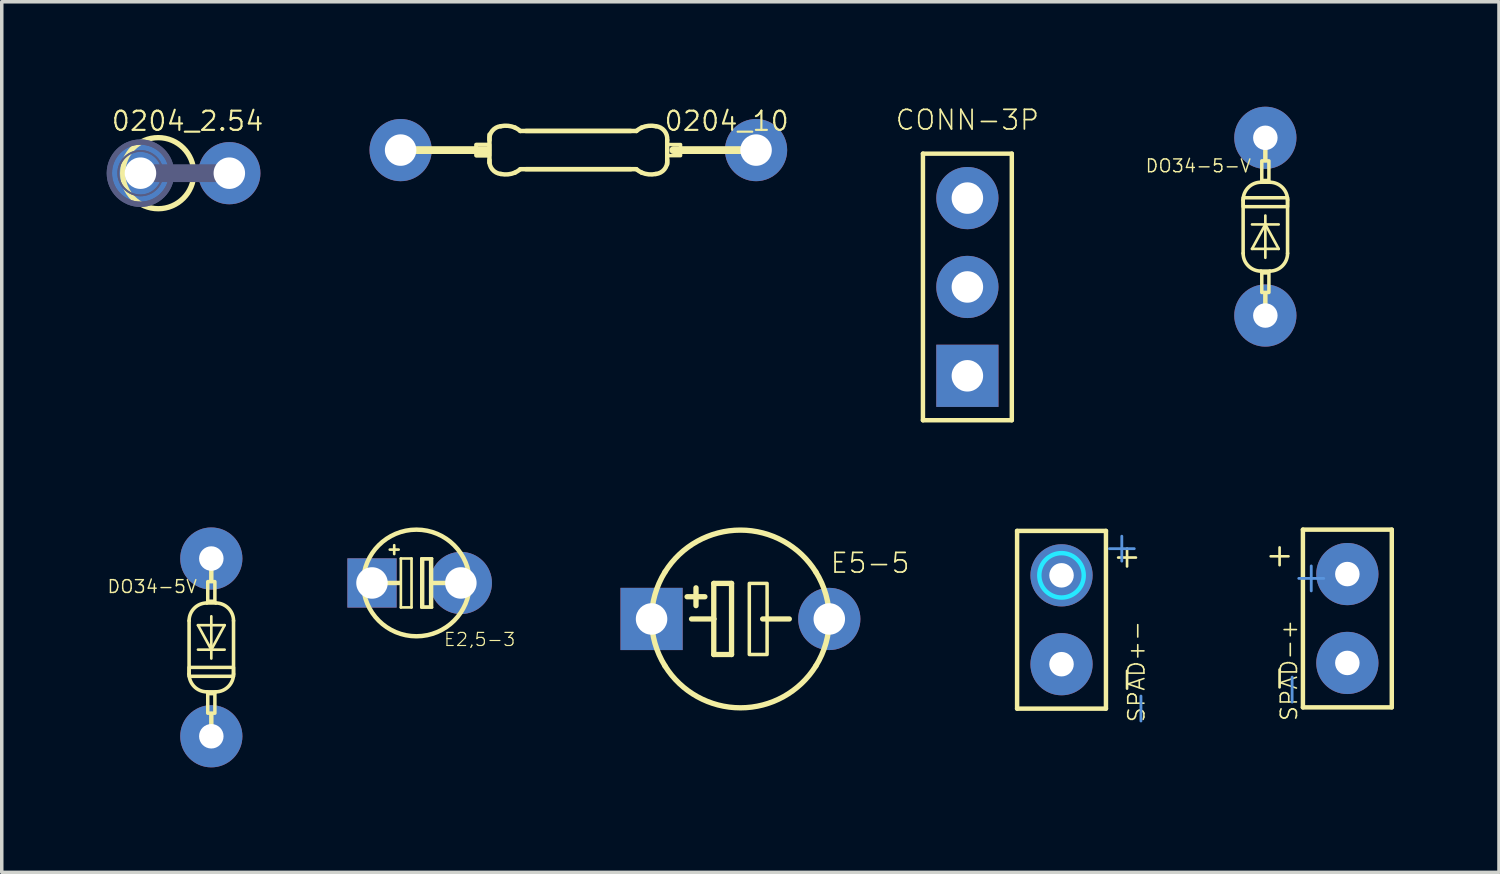
<source format=kicad_pcb>
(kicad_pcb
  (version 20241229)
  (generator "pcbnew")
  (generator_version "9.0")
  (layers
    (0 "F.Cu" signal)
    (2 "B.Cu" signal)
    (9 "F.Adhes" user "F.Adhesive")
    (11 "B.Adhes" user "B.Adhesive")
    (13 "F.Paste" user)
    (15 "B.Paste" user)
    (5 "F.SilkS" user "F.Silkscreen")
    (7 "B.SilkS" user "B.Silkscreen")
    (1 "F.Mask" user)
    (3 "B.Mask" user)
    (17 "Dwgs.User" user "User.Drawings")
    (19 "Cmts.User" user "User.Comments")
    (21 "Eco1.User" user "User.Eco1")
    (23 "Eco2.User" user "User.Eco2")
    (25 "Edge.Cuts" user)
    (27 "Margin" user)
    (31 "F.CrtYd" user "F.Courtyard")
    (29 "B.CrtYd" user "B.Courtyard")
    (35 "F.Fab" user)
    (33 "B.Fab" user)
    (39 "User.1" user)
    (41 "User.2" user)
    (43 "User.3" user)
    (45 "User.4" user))
  (footprint "DO34-5V"
    (layer "F.Cu")
    (at 2.99 15.455)
    (property "Reference" "DO34-5V" (at -0.381 -1.524 0) (layer "F.SilkS") (effects (font (size 0.366 0.366) (thickness 0.041)) (justify right bottom)))
    (fp_line (start -0.635 -0.762) (end -0.635 0.762) (stroke (width 0.102) (type solid)) (layer "F.SilkS"))
    (fp_line (start -0.381 -0.635) (end 0.381 -0.635) (stroke (width 0.076) (type solid)) (layer "F.SilkS"))
    (fp_line (start -0.381 0.064) (end 0 0.064) (stroke (width 0.076) (type solid)) (layer "F.SilkS"))
    (fp_line (start 0 -2.54) (end 0 -1.905) (stroke (width 0.127) (type solid)) (layer "F.SilkS"))
    (fp_line (start 0 0.064) (end -0.381 -0.635) (stroke (width 0.076) (type solid)) (layer "F.SilkS"))
    (fp_line (start 0 0.064) (end 0.381 0.064) (stroke (width 0.076) (type solid)) (layer "F.SilkS"))
    (fp_line (start 0 0.318) (end 0 -0.889) (stroke (width 0.076) (type solid)) (layer "F.SilkS"))
    (fp_line (start 0 2.54) (end 0 1.905) (stroke (width 0.127) (type solid)) (layer "F.SilkS"))
    (fp_line (start 0.127 -1.27) (end -0.127 -1.27) (stroke (width 0.102) (type solid)) (layer "F.SilkS"))
    (fp_line (start 0.127 1.27) (end -0.127 1.27) (stroke (width 0.102) (type solid)) (layer "F.SilkS"))
    (fp_line (start 0.381 -0.635) (end 0 0.064) (stroke (width 0.076) (type solid)) (layer "F.SilkS"))
    (fp_line (start 0.635 -0.762) (end 0.635 0.762) (stroke (width 0.102) (type solid)) (layer "F.SilkS"))
    (fp_arc (start -0.635 -0.762) (mid -0.48621 -1.121211) (end -0.126999 -1.270001) (stroke (width 0.1016) (type solid)) (layer "F.SilkS"))
    (fp_arc (start -0.127 1.27) (mid -0.48621 1.12121) (end -0.634999 0.761999) (stroke (width 0.1016) (type solid)) (layer "F.SilkS"))
    (fp_arc (start 0.126999 -1.270001) (mid 0.48621 -1.121211) (end 0.635 -0.762) (stroke (width 0.1016) (type solid)) (layer "F.SilkS"))
    (fp_arc (start 0.634999 0.761999) (mid 0.48621 1.12121) (end 0.127 1.27) (stroke (width 0.1016) (type solid)) (layer "F.SilkS"))
    (fp_poly (pts (xy -0.635 0.826) (xy 0.635 0.826) (xy 0.635 0.572) (xy -0.635 0.572)) (stroke (width 0.1) (type solid)) (fill no) (layer "F.SilkS"))
    (fp_poly (pts (xy -0.102 -1.88) (xy -0.102 -1.321) (xy 0.102 -1.321) (xy 0.102 -1.88)) (stroke (width 0.1) (type solid)) (fill no) (layer "F.SilkS"))
    (fp_poly (pts (xy 0.102 1.88) (xy 0.102 1.321) (xy -0.102 1.321) (xy -0.102 1.88)) (stroke (width 0.1) (type solid)) (fill no) (layer "F.SilkS"))
    (pad "A" thru_hole circle (at 0 -2.54) (size 1.778 1.778) (drill 0.7) (layers "*.Cu" "*.Mask"))
    (pad "C" thru_hole circle (at 0 2.54) (size 1.778 1.778) (drill 0.7) (layers "*.Cu" "*.Mask")))
  (footprint "SPAD+-"
    (layer "F.Cu")
    (at 27.292 14.665)
    (property "Reference" "SPAD+-" (at 1.873 0 90) (layer "F.SilkS") (effects (font (size 0.462 0.462) (thickness 0.046)) (justify right top)))
    (fp_line (start -1.27 -2.54) (end -1.27 2.54) (stroke (width 0.127) (type solid)) (layer "F.SilkS"))
    (fp_line (start -1.27 2.54) (end 1.27 2.54) (stroke (width 0.127) (type solid)) (layer "F.SilkS"))
    (fp_line (start 1.27 -2.54) (end -1.27 -2.54) (stroke (width 0.127) (type solid)) (layer "F.SilkS"))
    (fp_line (start 1.27 2.54) (end 1.27 -2.54) (stroke (width 0.127) (type solid)) (layer "F.SilkS"))
    (fp_line (start 1.619 -1.778) (end 2.127 -1.778) (stroke (width 0.076) (type solid)) (layer "F.SilkS"))
    (fp_line (start 1.873 -1.524) (end 1.873 -2.032) (stroke (width 0.076) (type solid)) (layer "F.SilkS"))
    (fp_line (start 1.873 1.968) (end 1.873 1.46) (stroke (width 0.076) (type solid)) (layer "F.SilkS"))
    (fp_circle (center 0 -1.27) (end 0.635 -1.27) (stroke (width 0.127) (type solid)) (fill no) (layer "B.CrtYd"))
    (fp_text user "+" (at 1.651 -2.032 90) (layer "Cmts.User") (effects (font (size 0.935 0.935) (thickness 0.081))))
    (fp_text user "-" (at 1.651 1.905 90) (layer "Cmts.User") (effects (font (size 0.935 0.935) (thickness 0.081)) (justify right top)))
    (pad "1" thru_hole circle (at 0 1.27) (size 1.778 1.778) (drill 0.7) (layers "*.Cu" "*.Mask"))
    (pad "2" thru_hole circle (at 0 -1.27) (size 1.778 1.778) (drill 0.7) (layers "*.Cu" "*.Mask")))
  (footprint "SPAD-+"
    (layer "F.Cu")
    (at 35.462 14.629)
    (property "Reference" "SPAD-+" (at -1.937 0 90) (layer "F.SilkS") (effects (font (size 0.462 0.462) (thickness 0.046)) (justify right top)))
    (fp_line (start -2.191 -1.778) (end -1.683 -1.778) (stroke (width 0.076) (type solid)) (layer "F.SilkS"))
    (fp_line (start -1.937 -1.524) (end -1.937 -2.032) (stroke (width 0.076) (type solid)) (layer "F.SilkS"))
    (fp_line (start -1.937 1.968) (end -1.937 1.46) (stroke (width 0.076) (type solid)) (layer "F.SilkS"))
    (fp_line (start -1.27 -2.54) (end -1.27 2.54) (stroke (width 0.127) (type solid)) (layer "F.SilkS"))
    (fp_line (start -1.27 2.54) (end 1.27 2.54) (stroke (width 0.127) (type solid)) (layer "F.SilkS"))
    (fp_line (start 1.27 -2.54) (end -1.27 -2.54) (stroke (width 0.127) (type solid)) (layer "F.SilkS"))
    (fp_line (start 1.27 2.54) (end 1.27 -2.54) (stroke (width 0.127) (type solid)) (layer "F.SilkS"))
    (fp_text user "-" (at -1.651 2.032 90) (layer "Cmts.User") (effects (font (size 0.935 0.935) (thickness 0.081))))
    (fp_text user "+" (at -1.651 -1.778 90) (layer "Cmts.User") (effects (font (size 0.935 0.935) (thickness 0.081)) (justify right top)))
    (pad "1" thru_hole circle (at 0 1.27) (size 1.778 1.778) (drill 0.7) (layers "*.Cu" "*.Mask"))
    (pad "2" thru_hole circle (at 0 -1.27) (size 1.778 1.778) (drill 0.7) (layers "*.Cu" "*.Mask")))
  (footprint "0204_2.54"
    (layer "F.Cu")
    (at 2.235 1.9)
    (property "Reference" "0204_2.54" (at -2.134 -1.168 0) (layer "F.SilkS") (effects (font (size 0.549 0.549) (thickness 0.061)) (justify left bottom)))
    (fp_line (start -0.762 0) (end 0.762 0) (stroke (width 0.254) (type solid)) (layer "F.SilkS"))
    (fp_circle (center -0.762 0) (end 0.254 0) (stroke (width 0.152) (type solid)) (fill no) (layer "F.SilkS"))
    (fp_line (start -1.27 0) (end 1.27 0) (stroke (width 0.508) (type solid)) (layer "B.Fab"))
    (fp_circle (center -1.27 0) (end -0.635 0) (stroke (width 0.051) (type solid)) (fill no) (layer "B.Fab"))
    (fp_circle (center -1.27 0) (end -0.635 0) (stroke (width 0.051) (type solid)) (fill no) (layer "B.Fab"))
    (fp_circle (center -1.27 0) (end -0.381 0) (stroke (width 0.152) (type solid)) (fill no) (layer "B.Fab"))
    (fp_circle (center -1.27 0) (end -0.381 0) (stroke (width 0.152) (type solid)) (fill no) (layer "B.Fab"))
    (pad "1" thru_hole circle (at 1.27 0) (size 1.778 1.778) (drill 0.9) (layers "*.Cu" "*.Mask"))
    (pad "2" thru_hole circle (at -1.27 0) (size 1.778 1.778) (drill 0.9) (layers "*.Cu" "*.Mask")))
  (footprint "DO34-5-V"
    (layer "F.Cu")
    (at 33.118 3.429)
    (property "Reference" "DO34-5-V" (at -0.381 -1.524 0) (layer "F.SilkS") (effects (font (size 0.366 0.366) (thickness 0.041)) (justify right bottom)))
    (fp_line (start -0.635 0.762) (end -0.635 -0.762) (stroke (width 0.102) (type solid)) (layer "F.SilkS"))
    (fp_line (start -0.381 0.635) (end 0 -0.064) (stroke (width 0.076) (type solid)) (layer "F.SilkS"))
    (fp_line (start -0.127 -1.27) (end 0.127 -1.27) (stroke (width 0.102) (type solid)) (layer "F.SilkS"))
    (fp_line (start -0.127 1.27) (end 0.127 1.27) (stroke (width 0.102) (type solid)) (layer "F.SilkS"))
    (fp_line (start 0 -2.54) (end 0 -1.905) (stroke (width 0.127) (type solid)) (layer "F.SilkS"))
    (fp_line (start 0 -0.318) (end 0 0.889) (stroke (width 0.076) (type solid)) (layer "F.SilkS"))
    (fp_line (start 0 -0.064) (end -0.381 -0.064) (stroke (width 0.076) (type solid)) (layer "F.SilkS"))
    (fp_line (start 0 -0.064) (end 0.381 0.635) (stroke (width 0.076) (type solid)) (layer "F.SilkS"))
    (fp_line (start 0 2.54) (end 0 1.905) (stroke (width 0.127) (type solid)) (layer "F.SilkS"))
    (fp_line (start 0.381 -0.064) (end 0 -0.064) (stroke (width 0.076) (type solid)) (layer "F.SilkS"))
    (fp_line (start 0.381 0.635) (end -0.381 0.635) (stroke (width 0.076) (type solid)) (layer "F.SilkS"))
    (fp_line (start 0.635 0.762) (end 0.635 -0.762) (stroke (width 0.102) (type solid)) (layer "F.SilkS"))
    (fp_arc (start -0.634999 -0.761999) (mid -0.48621 -1.12121) (end -0.127 -1.27) (stroke (width 0.1016) (type solid)) (layer "F.SilkS"))
    (fp_arc (start -0.126999 1.270001) (mid -0.48621 1.121211) (end -0.635 0.762) (stroke (width 0.1016) (type solid)) (layer "F.SilkS"))
    (fp_arc (start 0.127 -1.27) (mid 0.48621 -1.12121) (end 0.634999 -0.761999) (stroke (width 0.1016) (type solid)) (layer "F.SilkS"))
    (fp_arc (start 0.635 0.762) (mid 0.48621 1.121211) (end 0.126999 1.270001) (stroke (width 0.1016) (type solid)) (layer "F.SilkS"))
    (fp_poly (pts (xy -0.102 -1.88) (xy -0.102 -1.321) (xy 0.102 -1.321) (xy 0.102 -1.88)) (stroke (width 0.1) (type solid)) (fill no) (layer "F.SilkS"))
    (fp_poly (pts (xy 0.102 1.88) (xy 0.102 1.321) (xy -0.102 1.321) (xy -0.102 1.88)) (stroke (width 0.1) (type solid)) (fill no) (layer "F.SilkS"))
    (fp_poly (pts (xy 0.635 -0.826) (xy -0.635 -0.826) (xy -0.635 -0.572) (xy 0.635 -0.572)) (stroke (width 0.1) (type solid)) (fill no) (layer "F.SilkS"))
    (pad "A" thru_hole circle (at 0 2.54) (size 1.778 1.778) (drill 0.7) (layers "*.Cu" "*.Mask"))
    (pad "C" thru_hole circle (at 0 -2.54) (size 1.778 1.778) (drill 0.7) (layers "*.Cu" "*.Mask")))
  (footprint "E2,5-3"
    (layer "F.Cu")
    (at 8.853 13.613)
    (property "Reference" "E2,5-3" (at 0.762 1.397 0) (layer "F.SilkS") (effects (font (size 0.374 0.374) (thickness 0.033)) (justify left top)))
    (fp_line (start -1.016 0) (end -0.483 0) (stroke (width 0.127) (type solid)) (layer "F.SilkS"))
    (fp_line (start -0.762 -0.953) (end -0.635 -0.953) (stroke (width 0.076) (type solid)) (layer "F.SilkS"))
    (fp_line (start -0.635 -0.953) (end -0.635 -1.079) (stroke (width 0.076) (type solid)) (layer "F.SilkS"))
    (fp_line (start -0.635 -0.953) (end -0.508 -0.953) (stroke (width 0.076) (type solid)) (layer "F.SilkS"))
    (fp_line (start -0.635 -0.826) (end -0.635 -0.953) (stroke (width 0.076) (type solid)) (layer "F.SilkS"))
    (fp_line (start -0.445 -0.699) (end -0.445 0.699) (stroke (width 0.076) (type solid)) (layer "F.SilkS"))
    (fp_line (start -0.445 0.699) (end -0.14 0.699) (stroke (width 0.076) (type solid)) (layer "F.SilkS"))
    (fp_line (start -0.14 -0.699) (end -0.445 -0.699) (stroke (width 0.076) (type solid)) (layer "F.SilkS"))
    (fp_line (start -0.14 0.699) (end -0.14 -0.699) (stroke (width 0.076) (type solid)) (layer "F.SilkS"))
    (fp_line (start 0.14 -0.699) (end 0.14 0.699) (stroke (width 0.076) (type solid)) (layer "F.SilkS"))
    (fp_line (start 0.14 0.699) (end 0.445 0.699) (stroke (width 0.076) (type solid)) (layer "F.SilkS"))
    (fp_line (start 0.445 -0.699) (end 0.14 -0.699) (stroke (width 0.076) (type solid)) (layer "F.SilkS"))
    (fp_line (start 0.445 0) (end 0.445 -0.699) (stroke (width 0.076) (type solid)) (layer "F.SilkS"))
    (fp_line (start 0.445 0.699) (end 0.445 0) (stroke (width 0.076) (type solid)) (layer "F.SilkS"))
    (fp_line (start 1.016 0) (end 0.445 0) (stroke (width 0.127) (type solid)) (layer "F.SilkS"))
    (fp_circle (center 0 0) (end 1.524 0) (stroke (width 0.127) (type solid)) (fill no) (layer "F.SilkS"))
    (fp_poly (pts (xy 0.406 -0.686) (xy 0.178 -0.686) (xy 0.178 0.686) (xy 0.406 0.686)) (stroke (width 0.1) (type solid)) (fill no) (layer "F.SilkS"))
    (pad "+" thru_hole rect (at -1.27 0) (size 1.408 1.408) (drill 0.9) (layers "*.Cu" "*.Mask"))
    (pad "-" thru_hole circle (at 1.27 0) (size 1.778 1.778) (drill 0.9) (layers "*.Cu" "*.Mask")))
  (footprint "0204_10"
    (layer "F.Cu")
    (at 13.481 1.24)
    (property "Reference" "0204_10" (at 2.421 -0.508 0) (layer "F.SilkS") (effects (font (size 0.549 0.549) (thickness 0.061)) (justify left bottom)))
    (fp_line (start -4.826 0) (end -2.603 0) (stroke (width 0.222) (type solid)) (layer "F.SilkS"))
    (fp_line (start -2.54 -0.445) (end -2.54 0.365) (stroke (width 0.127) (type solid)) (layer "F.SilkS"))
    (fp_line (start -1.659 -0.546) (end 1.5 -0.546) (stroke (width 0.127) (type solid)) (layer "F.SilkS"))
    (fp_line (start -1.659 0.546) (end 1.5 0.546) (stroke (width 0.127) (type solid)) (layer "F.SilkS"))
    (fp_line (start 1.659 -0.546) (end -1.5 -0.546) (stroke (width 0.127) (type solid)) (layer "F.SilkS"))
    (fp_line (start 1.659 0.546) (end -1.5 0.546) (stroke (width 0.127) (type solid)) (layer "F.SilkS"))
    (fp_line (start 2.54 0.405) (end 2.54 -0.286) (stroke (width 0.127) (type solid)) (layer "F.SilkS"))
    (fp_line (start 4.826 0) (end 2.715 0) (stroke (width 0.222) (type solid)) (layer "F.SilkS"))
    (fp_arc (start -2.54 -0.28575) (mid -2.459476 -0.551588) (end -2.214561 -0.682625) (stroke (width 0.127) (type solid)) (layer "F.SilkS"))
    (fp_arc (start -2.214562 -0.682625) (mid -2.009102 -0.693934) (end -1.80975 -0.642937) (stroke (width 0.127) (type solid)) (layer "F.SilkS"))
    (fp_arc (start -2.214561 0.682625) (mid -2.459476 0.551588) (end -2.54 0.28575) (stroke (width 0.127) (type solid)) (layer "F.SilkS"))
    (fp_arc (start -1.80975 -0.642937) (mid -1.73117 -0.599461) (end -1.658937 -0.5461) (stroke (width 0.127) (type solid)) (layer "F.SilkS"))
    (fp_arc (start -1.80975 0.642937) (mid -2.009102 0.693934) (end -2.214562 0.682625) (stroke (width 0.127) (type solid)) (layer "F.SilkS"))
    (fp_arc (start -1.658937 0.5461) (mid -1.73117 0.599461) (end -1.80975 0.642937) (stroke (width 0.127) (type solid)) (layer "F.SilkS"))
    (fp_arc (start 1.658937 -0.5461) (mid 1.73117 -0.599461) (end 1.80975 -0.642937) (stroke (width 0.127) (type solid)) (layer "F.SilkS"))
    (fp_arc (start 1.80975 -0.642937) (mid 2.009102 -0.693934) (end 2.214562 -0.682625) (stroke (width 0.127) (type solid)) (layer "F.SilkS"))
    (fp_arc (start 1.80975 0.642937) (mid 1.73117 0.599461) (end 1.658937 0.5461) (stroke (width 0.127) (type solid)) (layer "F.SilkS"))
    (fp_arc (start 2.214561 -0.682625) (mid 2.459476 -0.551588) (end 2.54 -0.28575) (stroke (width 0.127) (type solid)) (layer "F.SilkS"))
    (fp_arc (start 2.214562 0.682625) (mid 2.009102 0.693934) (end 1.80975 0.642937) (stroke (width 0.127) (type solid)) (layer "F.SilkS"))
    (fp_arc (start 2.54 0.28575) (mid 2.459476 0.551588) (end 2.214561 0.682625) (stroke (width 0.127) (type solid)) (layer "F.SilkS"))
    (fp_poly (pts (xy -2.921 0.159) (xy -2.54 0.159) (xy -2.54 -0.159) (xy -2.921 -0.159)) (stroke (width 0.1) (type solid)) (fill no) (layer "F.SilkS"))
    (fp_poly (pts (xy -2.54 -0.159) (xy -2.921 -0.159) (xy -2.921 0.159) (xy -2.54 0.159)) (stroke (width 0.1) (type solid)) (fill no) (layer "F.SilkS"))
    (fp_poly (pts (xy 2.54 0.159) (xy 2.921 0.159) (xy 2.921 -0.159) (xy 2.54 -0.159)) (stroke (width 0.1) (type solid)) (fill no) (layer "F.SilkS"))
    (pad "1" thru_hole circle (at -5.08 0) (size 1.778 1.778) (drill 0.9) (layers "*.Cu" "*.Mask"))
    (pad "2" thru_hole circle (at 5.08 0) (size 1.778 1.778) (drill 0.9) (layers "*.Cu" "*.Mask")))
  (footprint "CONN-3P"
    (layer "F.Cu")
    (at 24.601 5.152)
    (property "Reference" "CONN-3P" (at 0 -4.445 0) (layer "F.SilkS") (effects (font (size 0.561 0.561) (thickness 0.049)) (justify bottom)))
    (fp_line (start -1.27 -3.81) (end -1.27 3.81) (stroke (width 0.127) (type solid)) (layer "F.SilkS"))
    (fp_line (start -1.27 3.81) (end 1.27 3.81) (stroke (width 0.127) (type solid)) (layer "F.SilkS"))
    (fp_line (start 1.27 -3.81) (end -1.27 -3.81) (stroke (width 0.127) (type solid)) (layer "F.SilkS"))
    (fp_line (start 1.27 3.81) (end 1.27 -3.81) (stroke (width 0.127) (type solid)) (layer "F.SilkS"))
    (pad "1" thru_hole rect (at 0 2.54) (size 1.778 1.778) (drill 0.9) (layers "*.Cu" "*.Mask"))
    (pad "2" thru_hole circle (at 0 0) (size 1.778 1.778) (drill 0.9) (layers "*.Cu" "*.Mask"))
    (pad "3" thru_hole circle (at 0 -2.54) (size 1.778 1.778) (drill 0.9) (layers "*.Cu" "*.Mask")))
  (footprint "E5-5"
    (layer "F.Cu")
    (at 18.114 14.642)
    (property "Reference" "E5-5" (at 2.54 -1.27 0) (layer "F.SilkS") (effects (font (size 0.561 0.561) (thickness 0.049)) (justify left bottom)))
    (fp_line (start -1.524 -0.635) (end -1.016 -0.635) (stroke (width 0.152) (type solid)) (layer "F.SilkS"))
    (fp_line (start -1.397 0) (end -0.762 0) (stroke (width 0.152) (type solid)) (layer "F.SilkS"))
    (fp_line (start -1.27 -0.381) (end -1.27 -0.889) (stroke (width 0.152) (type solid)) (layer "F.SilkS"))
    (fp_line (start -0.762 -1.016) (end -0.762 0) (stroke (width 0.152) (type solid)) (layer "F.SilkS"))
    (fp_line (start -0.762 0) (end -0.762 1.016) (stroke (width 0.152) (type solid)) (layer "F.SilkS"))
    (fp_line (start -0.762 1.016) (end -0.254 1.016) (stroke (width 0.152) (type solid)) (layer "F.SilkS"))
    (fp_line (start -0.254 -1.016) (end -0.762 -1.016) (stroke (width 0.152) (type solid)) (layer "F.SilkS"))
    (fp_line (start -0.254 1.016) (end -0.254 -1.016) (stroke (width 0.152) (type solid)) (layer "F.SilkS"))
    (fp_line (start 0.635 0) (end 1.397 0) (stroke (width 0.152) (type solid)) (layer "F.SilkS"))
    (fp_arc (start -2.1557 -1.3432) (mid 0 -2.539932) (end 2.1557 -1.3432) (stroke (width 0.1524) (type solid)) (layer "F.SilkS"))
    (fp_arc (start -2.1557 1.3432) (mid -2.539927 0) (end -2.1557 -1.3432) (stroke (width 0.1524) (type solid)) (layer "F.SilkS"))
    (fp_arc (start 2.1557 -1.3432) (mid 2.539927 0) (end 2.1557 1.3432) (stroke (width 0.1524) (type solid)) (layer "F.SilkS"))
    (fp_arc (start 2.1557 1.3432) (mid 0 2.539932) (end -2.1557 1.3432) (stroke (width 0.1524) (type solid)) (layer "F.SilkS"))
    (fp_poly (pts (xy 0.254 1.016) (xy 0.762 1.016) (xy 0.762 -1.016) (xy 0.254 -1.016)) (stroke (width 0.1) (type solid)) (fill no) (layer "F.SilkS"))
    (pad "+" thru_hole rect (at -2.54 0) (size 1.778 1.778) (drill 0.9) (layers "*.Cu" "*.Mask"))
    (pad "-" thru_hole circle (at 2.54 0) (size 1.778 1.778) (drill 0.9) (layers "*.Cu" "*.Mask")))
  (gr_rect
    (start -3 -3)
    (end 39.796 21.884)
    (stroke (width 0.1) (type default))
    (fill no)
    (layer "Edge.Cuts")))
</source>
